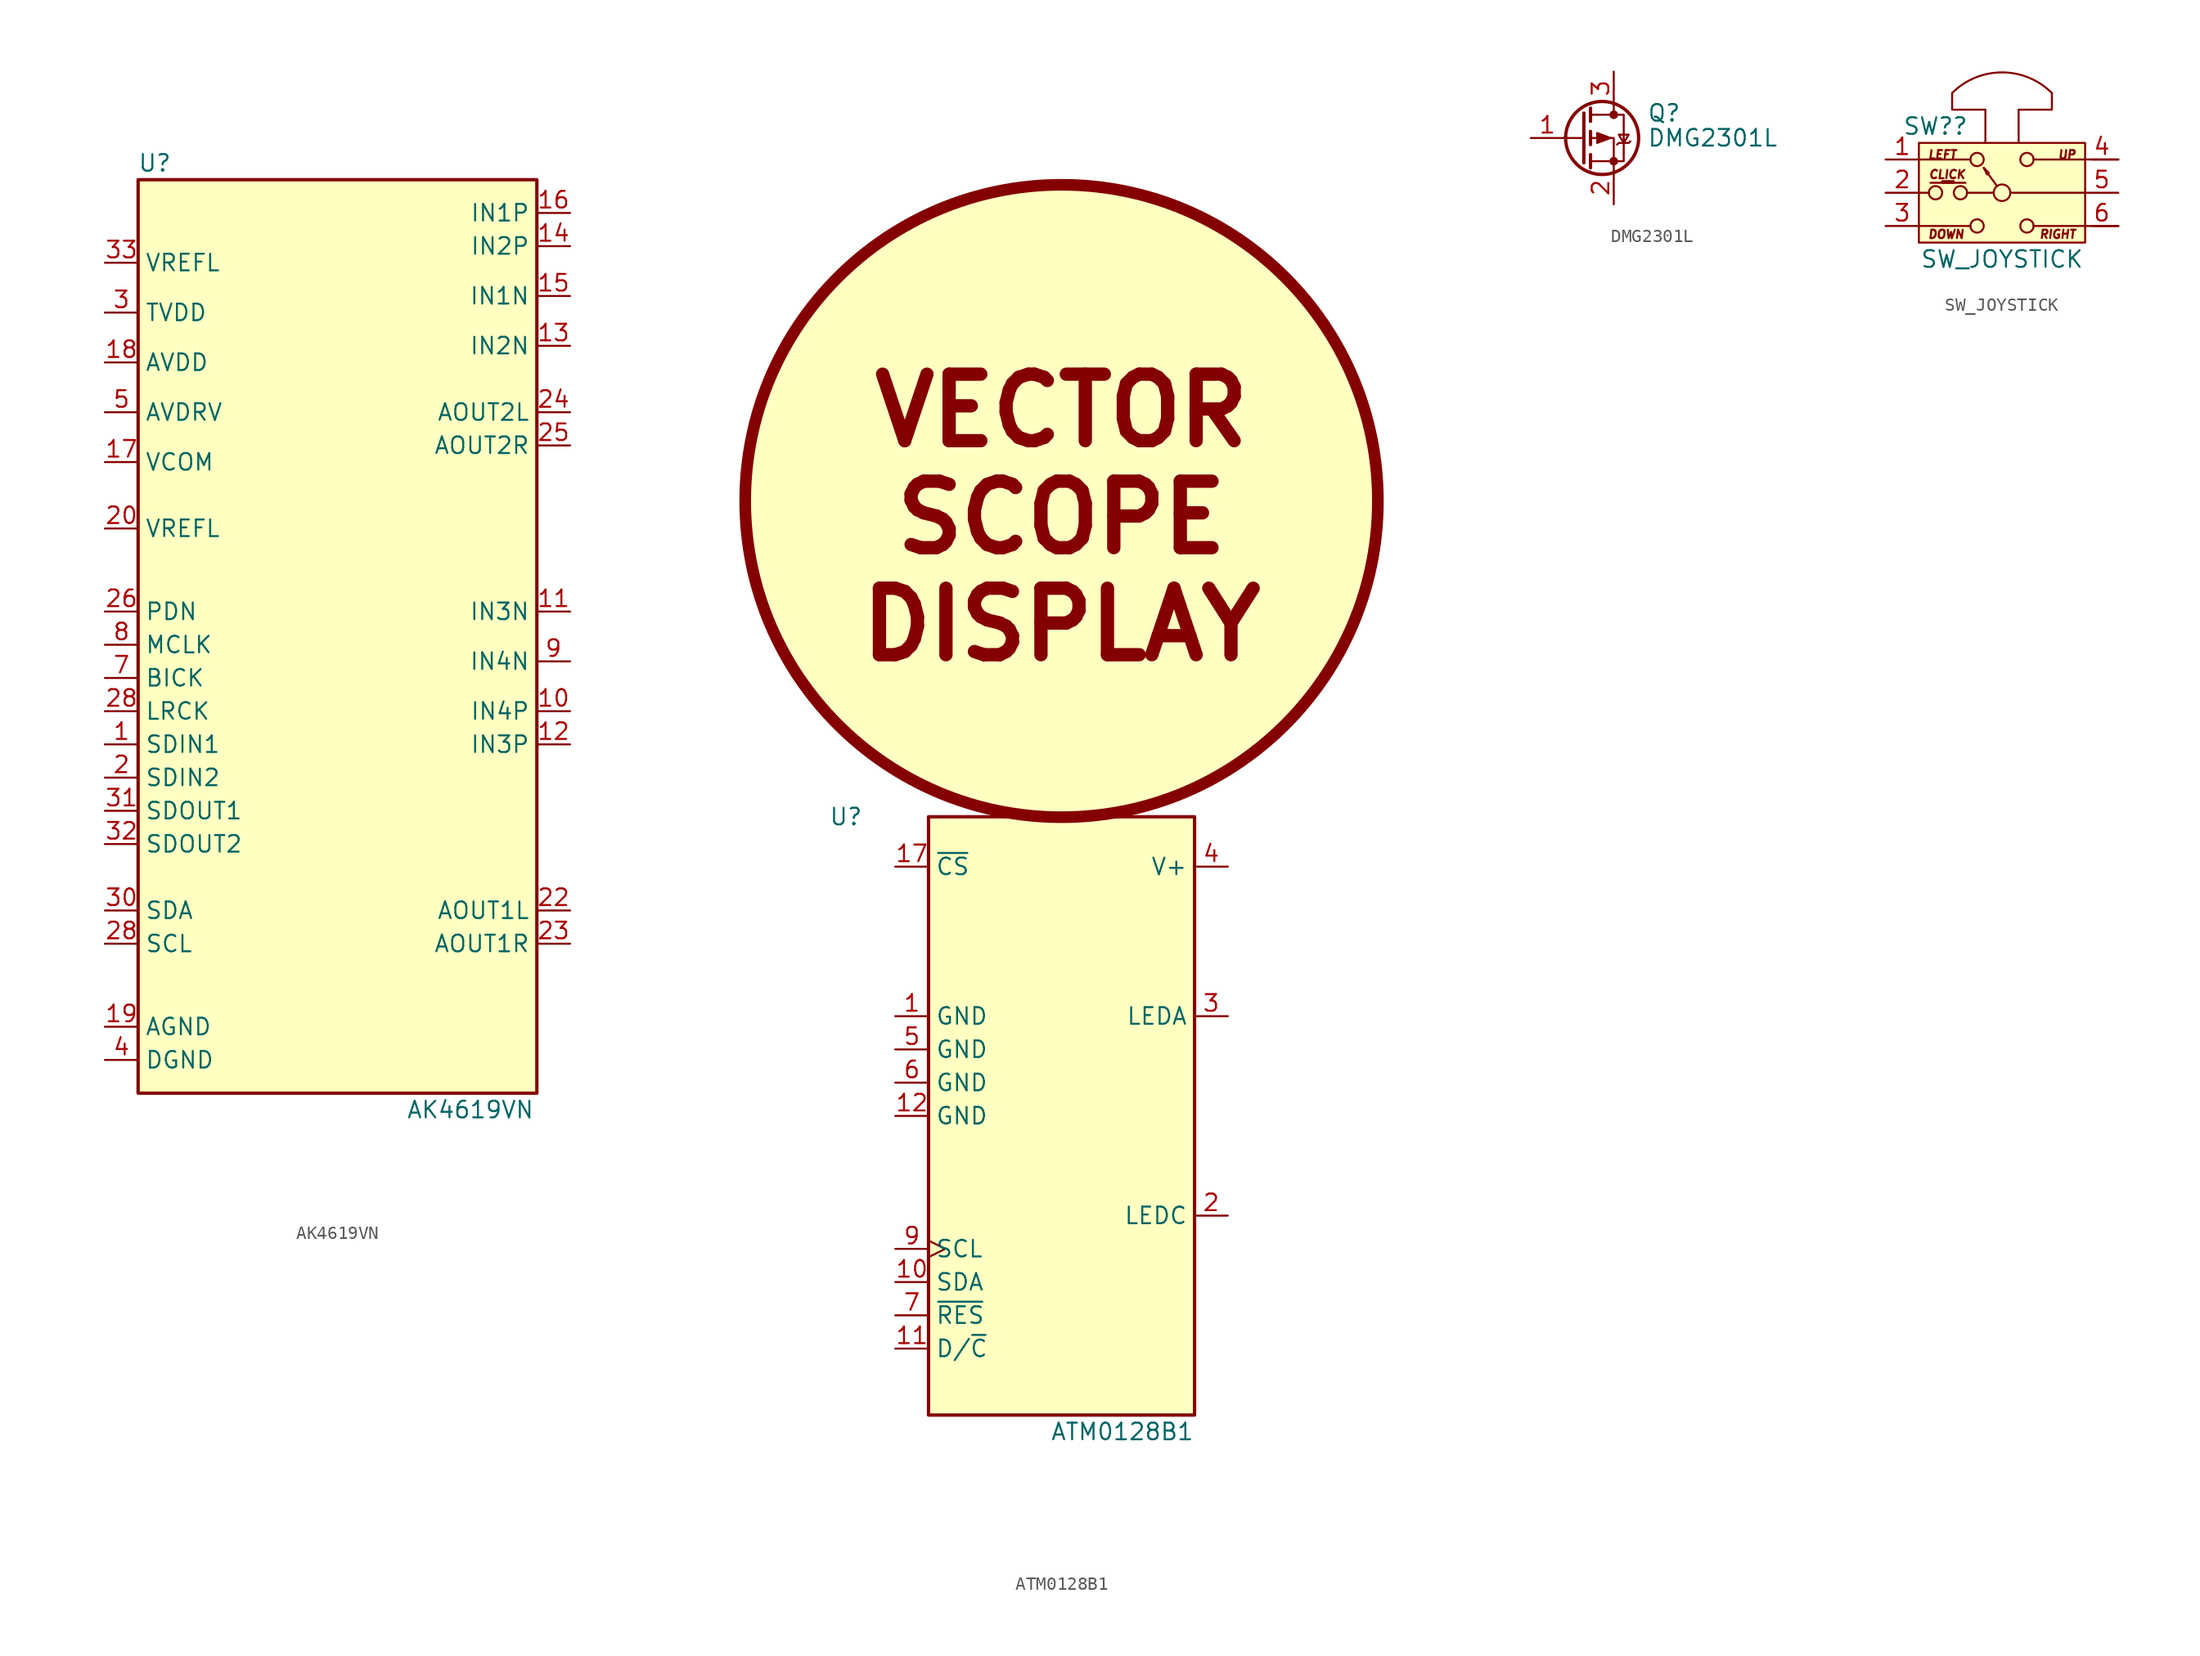
<source format=kicad_sym>
(kicad_symbol_lib
  (version 20220914)
  (generator kicad_symbol_editor)
  (symbol "AK4619VN"
    (property "Reference" "U"
      (at -13.97 3.81 0)
      (effects (font (size 1.27 1.27))))
    (property "Value" "AK4619VN"
      (at 10.16 -68.58 0)
      (effects (font (size 1.27 1.27))))
    (symbol "AK4619VN_0_1"
      (rectangle (start -15.24 2.54) (end 15.24 -67.31) (stroke (width 0.254) (type default)) (fill (type background))))
    (symbol "AK4619VN_1_1"
      (pin input line (at -17.78 -40.64 0) (length 2.54) (name "SDIN1" (effects (font (size 1.27 1.27)))) (number "1" (effects (font (size 1.27 1.27)))))
      (pin input line (at 17.78 -38.1 180) (length 2.54) (name "IN4P" (effects (font (size 1.27 1.27)))) (number "10" (effects (font (size 1.27 1.27)))))
      (pin input line (at 17.78 -30.48 180) (length 2.54) (name "IN3N" (effects (font (size 1.27 1.27)))) (number "11" (effects (font (size 1.27 1.27)))))
      (pin input line (at 17.78 -40.64 180) (length 2.54) (name "IN3P" (effects (font (size 1.27 1.27)))) (number "12" (effects (font (size 1.27 1.27)))))
      (pin input line (at 17.78 -10.16 180) (length 2.54) (name "IN2N" (effects (font (size 1.27 1.27)))) (number "13" (effects (font (size 1.27 1.27)))))
      (pin input line (at 17.78 -2.54 180) (length 2.54) (name "IN2P" (effects (font (size 1.27 1.27)))) (number "14" (effects (font (size 1.27 1.27)))))
      (pin input line (at 17.78 -6.35 180) (length 2.54) (name "IN1N" (effects (font (size 1.27 1.27)))) (number "15" (effects (font (size 1.27 1.27)))))
      (pin input line (at 17.78 0 180) (length 2.54) (name "IN1P" (effects (font (size 1.27 1.27)))) (number "16" (effects (font (size 1.27 1.27)))))
      (pin power_in line (at -17.78 -19.05 0) (length 2.54) (name "VCOM" (effects (font (size 1.27 1.27)))) (number "17" (effects (font (size 1.27 1.27)))))
      (pin power_in line (at -17.78 -11.43 0) (length 2.54) (name "AVDD" (effects (font (size 1.27 1.27)))) (number "18" (effects (font (size 1.27 1.27)))))
      (pin power_in line (at -17.78 -62.23 0) (length 2.54) (name "AGND" (effects (font (size 1.27 1.27)))) (number "19" (effects (font (size 1.27 1.27)))))
      (pin input line (at -17.78 -43.18 0) (length 2.54) (name "SDIN2" (effects (font (size 1.27 1.27)))) (number "2" (effects (font (size 1.27 1.27)))))
      (pin power_in line (at -17.78 -24.13 0) (length 2.54) (name "VREFL" (effects (font (size 1.27 1.27)))) (number "20" (effects (font (size 1.27 1.27)))))
      (pin output line (at 17.78 -53.34 180) (length 2.54) (name "AOUT1L" (effects (font (size 1.27 1.27)))) (number "22" (effects (font (size 1.27 1.27)))))
      (pin output line (at 17.78 -55.88 180) (length 2.54) (name "AOUT1R" (effects (font (size 1.27 1.27)))) (number "23" (effects (font (size 1.27 1.27)))))
      (pin output line (at 17.78 -15.24 180) (length 2.54) (name "AOUT2L" (effects (font (size 1.27 1.27)))) (number "24" (effects (font (size 1.27 1.27)))))
      (pin output line (at 17.78 -17.78 180) (length 2.54) (name "AOUT2R" (effects (font (size 1.27 1.27)))) (number "25" (effects (font (size 1.27 1.27)))))
      (pin input line (at -17.78 -30.48 0) (length 2.54) (name "PDN" (effects (font (size 1.27 1.27)))) (number "26" (effects (font (size 1.27 1.27)))))
      (pin bidirectional line (at -17.78 -38.1 0) (length 2.54) (name "LRCK" (effects (font (size 1.27 1.27)))) (number "28" (effects (font (size 1.27 1.27)))))
      (pin input line (at -17.78 -55.88 0) (length 2.54) (name "SCL" (effects (font (size 1.27 1.27)))) (number "28" (effects (font (size 1.27 1.27)))))
      (pin power_in line (at -17.78 -7.62 0) (length 2.54) (name "TVDD" (effects (font (size 1.27 1.27)))) (number "3" (effects (font (size 1.27 1.27)))))
      (pin bidirectional line (at -17.78 -53.34 0) (length 2.54) (name "SDA" (effects (font (size 1.27 1.27)))) (number "30" (effects (font (size 1.27 1.27)))))
      (pin output line (at -17.78 -45.72 0) (length 2.54) (name "SDOUT1" (effects (font (size 1.27 1.27)))) (number "31" (effects (font (size 1.27 1.27)))))
      (pin output line (at -17.78 -48.26 0) (length 2.54) (name "SDOUT2" (effects (font (size 1.27 1.27)))) (number "32" (effects (font (size 1.27 1.27)))))
      (pin power_in line (at -17.78 -3.81 0) (length 2.54) (name "VREFL" (effects (font (size 1.27 1.27)))) (number "33" (effects (font (size 1.27 1.27)))))
      (pin power_in line (at -17.78 -64.77 0) (length 2.54) (name "DGND" (effects (font (size 1.27 1.27)))) (number "4" (effects (font (size 1.27 1.27)))))
      (pin power_in line (at -17.78 -15.24 0) (length 2.54) (name "AVDRV" (effects (font (size 1.27 1.27)))) (number "5" (effects (font (size 1.27 1.27)))))
      (pin bidirectional line (at -17.78 -35.56 0) (length 2.54) (name "BICK" (effects (font (size 1.27 1.27)))) (number "7" (effects (font (size 1.27 1.27)))))
      (pin input line (at -17.78 -33.02 0) (length 2.54) (name "MCLK" (effects (font (size 1.27 1.27)))) (number "8" (effects (font (size 1.27 1.27)))))
      (pin input line (at 17.78 -34.29 180) (length 2.54) (name "IN4N" (effects (font (size 1.27 1.27)))) (number "9" (effects (font (size 1.27 1.27)))))))
  (symbol "ATM0128B1"
    (property "Reference" "U"
      (at -17.78 7.62 0)
      (effects (font (size 1.27 1.27)) (justify left)))
    (property "Value" "ATM0128B1"
      (at 10.16 -39.37 0)
      (effects (font (size 1.27 1.27)) (justify right)))
    (symbol "ATM0128B1_0_1"
      (circle (center 0 31.75) (radius 24.163) (stroke (width 0.889) (type default)) (fill (type background)))
      (text "VECTOR\nSCOPE\nDISPLAY" (at 0 30.48 0) (effects (font (size 5.08 5.08) bold))))
    (symbol "ATM0128B1_1_0"
      (pin power_in line (at -12.7 -7.62 0) (length 2.54) (name "GND" (effects (font (size 1.27 1.27)))) (number "1" (effects (font (size 1.27 1.27)))))
      (pin power_in line (at -12.7 -33.02 0) (length 2.54) (name "D/~{C}" (effects (font (size 1.27 1.27)))) (number "11" (effects (font (size 1.27 1.27)))))
      (pin power_in line (at -12.7 -15.24 0) (length 2.54) (name "GND" (effects (font (size 1.27 1.27)))) (number "12" (effects (font (size 1.27 1.27)))))
      (pin power_in line (at -12.7 3.81 0) (length 2.54) (name "~{CS}" (effects (font (size 1.27 1.27)))) (number "17" (effects (font (size 1.27 1.27)))))
      (pin power_in line (at -12.7 -10.16 0) (length 2.54) (name "GND" (effects (font (size 1.27 1.27)))) (number "5" (effects (font (size 1.27 1.27)))))
      (pin power_in line (at -12.7 -12.7 0) (length 2.54) (name "GND" (effects (font (size 1.27 1.27)))) (number "6" (effects (font (size 1.27 1.27)))))
      (pin power_in line (at -12.7 -30.48 0) (length 2.54) (name "~{RES}" (effects (font (size 1.27 1.27)))) (number "7" (effects (font (size 1.27 1.27))))))
    (symbol "ATM0128B1_1_1"
      (rectangle (start -10.16 7.62) (end 10.16 -38.1) (stroke (width 0.254) (type default)) (fill (type background)))
      (pin bidirectional line (at -12.7 -27.94 0) (length 2.54) (name "SDA" (effects (font (size 1.27 1.27)))) (number "10" (effects (font (size 1.27 1.27)))))
      (pin power_in line (at 12.7 -22.86 180) (length 2.54) (name "LEDC" (effects (font (size 1.27 1.27)))) (number "2" (effects (font (size 1.27 1.27)))))
      (pin power_in line (at 12.7 -7.62 180) (length 2.54) (name "LEDA" (effects (font (size 1.27 1.27)))) (number "3" (effects (font (size 1.27 1.27)))))
      (pin power_in line (at 12.7 3.81 180) (length 2.54) (name "V+" (effects (font (size 1.27 1.27)))) (number "4" (effects (font (size 1.27 1.27)))))
      (pin input clock (at -12.7 -25.4 0) (length 2.54) (name "SCL" (effects (font (size 1.27 1.27)))) (number "9" (effects (font (size 1.27 1.27)))))))
  (symbol "DMG2301L"
    (pin_names hide)
    (property "Reference" "Q"
      (at 5.08 1.905 0)
      (effects (font (size 1.27 1.27)) (justify left)))
    (property "Value" "DMG2301L"
      (at 5.08 0 0)
      (effects (font (size 1.27 1.27)) (justify left)))
    (symbol "DMG2301L_0_1"
      (polyline (pts (xy 0.254 0) (xy -1.27 0)) (stroke (width 0) (type default)) (fill (type none)))
      (polyline (pts (xy 0.254 1.905) (xy 0.254 -1.905)) (stroke (width 0.254) (type default)) (fill (type none)))
      (polyline (pts (xy 0.762 -1.27) (xy 0.762 -2.286)) (stroke (width 0.254) (type default)) (fill (type none)))
      (polyline (pts (xy 0.762 0.508) (xy 0.762 -0.508)) (stroke (width 0.254) (type default)) (fill (type none)))
      (polyline (pts (xy 0.762 2.286) (xy 0.762 1.27)) (stroke (width 0.254) (type default)) (fill (type none)))
      (polyline (pts (xy 2.54 2.54) (xy 2.54 1.778)) (stroke (width 0) (type default)) (fill (type none)))
      (polyline (pts (xy 2.54 -2.54) (xy 2.54 0) (xy 0.762 0)) (stroke (width 0) (type default)) (fill (type none)))
      (polyline (pts (xy 0.762 1.778) (xy 3.302 1.778) (xy 3.302 -1.778) (xy 0.762 -1.778)) (stroke (width 0) (type default)) (fill (type none)))
      (polyline (pts (xy 2.286 0) (xy 1.27 0.381) (xy 1.27 -0.381) (xy 2.286 0)) (stroke (width 0) (type default)) (fill (type outline)))
      (polyline (pts (xy 2.794 -0.508) (xy 2.921 -0.381) (xy 3.683 -0.381) (xy 3.81 -0.254)) (stroke (width 0) (type default)) (fill (type none)))
      (polyline (pts (xy 3.302 -0.381) (xy 2.921 0.254) (xy 3.683 0.254) (xy 3.302 -0.381)) (stroke (width 0) (type default)) (fill (type none)))
      (circle (center 1.651 0) (radius 2.794) (stroke (width 0.254) (type default)) (fill (type none)))
      (circle (center 2.54 -1.778) (radius 0.254) (stroke (width 0) (type default)) (fill (type outline)))
      (circle (center 2.54 1.778) (radius 0.254) (stroke (width 0) (type default)) (fill (type outline))))
    (symbol "DMG2301L_1_1"
      (pin input line (at -3.81 0 0) (length 2.54) (name "G" (effects (font (size 1.27 1.27)))) (number "1" (effects (font (size 1.27 1.27)))))
      (pin passive line (at 2.54 -5.08 90) (length 2.54) (name "S" (effects (font (size 1.27 1.27)))) (number "2" (effects (font (size 1.27 1.27)))))
      (pin passive line (at 2.54 5.08 270) (length 2.54) (name "D" (effects (font (size 1.27 1.27)))) (number "3" (effects (font (size 1.27 1.27)))))))
  (symbol "SW_JOYSTICK"
    (pin_names
      (offset 0.002) hide)
    (property "Reference" "SW?"
      (at -5.08 5.08 0)
      (effects (font (size 1.27 1.27))))
    (property "Value" "SW_JOYSTICK"
      (at 0 -5.08 0)
      (effects (font (size 1.27 1.27))))
    (symbol "SW_JOYSTICK_0_0"
      (circle (center -5.08 0) (radius 0.508) (stroke (width 0) (type default)) (fill (type none)))
      (circle (center -3.175 0) (radius 0.508) (stroke (width 0) (type default)) (fill (type none)))
      (circle (center -1.905 -2.54) (radius 0.508) (stroke (width 0) (type default)) (fill (type none)))
      (circle (center -1.905 2.54) (radius 0.508) (stroke (width 0) (type default)) (fill (type none)))
      (polyline (pts (xy -2.794 0.762) (xy -5.461 0.762)) (stroke (width 0) (type default)) (fill (type none)))
      (circle (center 0 0) (radius 0.635) (stroke (width 0) (type default)) (fill (type none)))
      (circle (center 1.905 -2.54) (radius 0.508) (stroke (width 0) (type default)) (fill (type none)))
      (circle (center 1.905 2.54) (radius 0.508) (stroke (width 0) (type default)) (fill (type none))))
    (symbol "SW_JOYSTICK_0_1"
      (rectangle (start -6.35 3.81) (end 6.35 -3.81) (stroke (width 0) (type default)) (fill (type background)))
      (rectangle (start -4.572 0.889) (end -3.683 0.762) (stroke (width 0) (type default)) (fill (type none)))
      (polyline (pts (xy -6.35 -2.54) (xy -2.413 -2.54)) (stroke (width 0) (type default)) (fill (type none)))
      (polyline (pts (xy -6.35 0) (xy -5.588 0)) (stroke (width 0) (type default)) (fill (type none)))
      (polyline (pts (xy -6.35 2.54) (xy -2.413 2.54)) (stroke (width 0) (type default)) (fill (type none)))
      (polyline (pts (xy -2.667 0) (xy -0.635 0)) (stroke (width 0) (type default)) (fill (type none)))
      (polyline (pts (xy -1.27 3.81) (xy -1.27 6.35)) (stroke (width 0) (type default)) (fill (type none)))
      (polyline (pts (xy -0.381 0.508) (xy -1.397 1.905)) (stroke (width 0) (type default)) (fill (type none)))
      (polyline (pts (xy 1.27 3.81) (xy 1.27 6.35)) (stroke (width 0) (type default)) (fill (type none)))
      (polyline (pts (xy 6.35 -2.54) (xy 2.413 -2.54)) (stroke (width 0) (type default)) (fill (type none)))
      (polyline (pts (xy 6.35 0) (xy 0.635 0)) (stroke (width 0) (type default)) (fill (type none)))
      (polyline (pts (xy 6.35 2.54) (xy 2.413 2.54)) (stroke (width 0) (type default)) (fill (type none)))
      (polyline (pts (xy 8.89 -2.54) (xy 6.858 -2.54)) (stroke (width 0) (type default)) (fill (type none)))
      (polyline (pts (xy 8.89 2.54) (xy 6.858 2.54)) (stroke (width 0) (type default)) (fill (type none)))
      (polyline (pts (xy -3.81 7.62) (xy -3.81 6.35) (xy -1.27 6.35)) (stroke (width 0) (type default)) (fill (type none)))
      (polyline (pts (xy 3.81 7.62) (xy 3.81 6.35) (xy 1.27 6.35)) (stroke (width 0) (type default)) (fill (type none)))
      (polyline (pts (xy -1.397 1.905) (xy -1.143 1.397) (xy -1.016 1.524) (xy -1.397 1.905)) (stroke (width 0) (type default)) (fill (type none)))
      (arc (start 3.81 7.6201) (mid 0 9.1982) (end -3.81 7.6201) (stroke (width 0) (type default)) (fill (type none)))
      (text "CLICK" (at -4.191 1.397 0) (effects (font (size 0.635 0.635) italic)))
      (text "DOWN" (at -5.715 -3.175 0) (effects (font (size 0.635 0.635) italic) (justify left)))
      (text "LEFT" (at -5.715 2.54 0) (effects (font (size 0.635 0.635) italic) (justify left bottom)))
      (text "RIGHT" (at 5.715 -3.175 0) (effects (font (size 0.635 0.635) italic) (justify right)))
      (text "UP" (at 5.715 2.54 0) (effects (font (size 0.635 0.635) italic) (justify right bottom))))
    (symbol "SW_JOYSTICK_1_1"
      (pin passive line (at -8.89 2.54 0) (length 2.54) (name "A" (effects (font (size 1.27 1.27)))) (number "1" (effects (font (size 1.27 1.27)))))
      (pin passive line (at -8.89 0 0) (length 2.54) (name "B" (effects (font (size 1.27 1.27)))) (number "2" (effects (font (size 1.27 1.27)))))
      (pin passive line (at -8.89 -2.54 0) (length 2.54) (name "B" (effects (font (size 1.27 1.27)))) (number "3" (effects (font (size 1.27 1.27)))))
      (pin passive line (at 8.89 2.54 180) (length 2.54) (name "B" (effects (font (size 1.27 1.27)))) (number "4" (effects (font (size 1.27 1.27)))))
      (pin passive line (at 8.89 0 180) (length 2.54) (name "B" (effects (font (size 1.27 1.27)))) (number "5" (effects (font (size 1.27 1.27)))))
      (pin passive line (at 8.89 -2.54 180) (length 2.54) (name "B" (effects (font (size 1.27 1.27)))) (number "6" (effects (font (size 1.27 1.27))))))))
</source>
